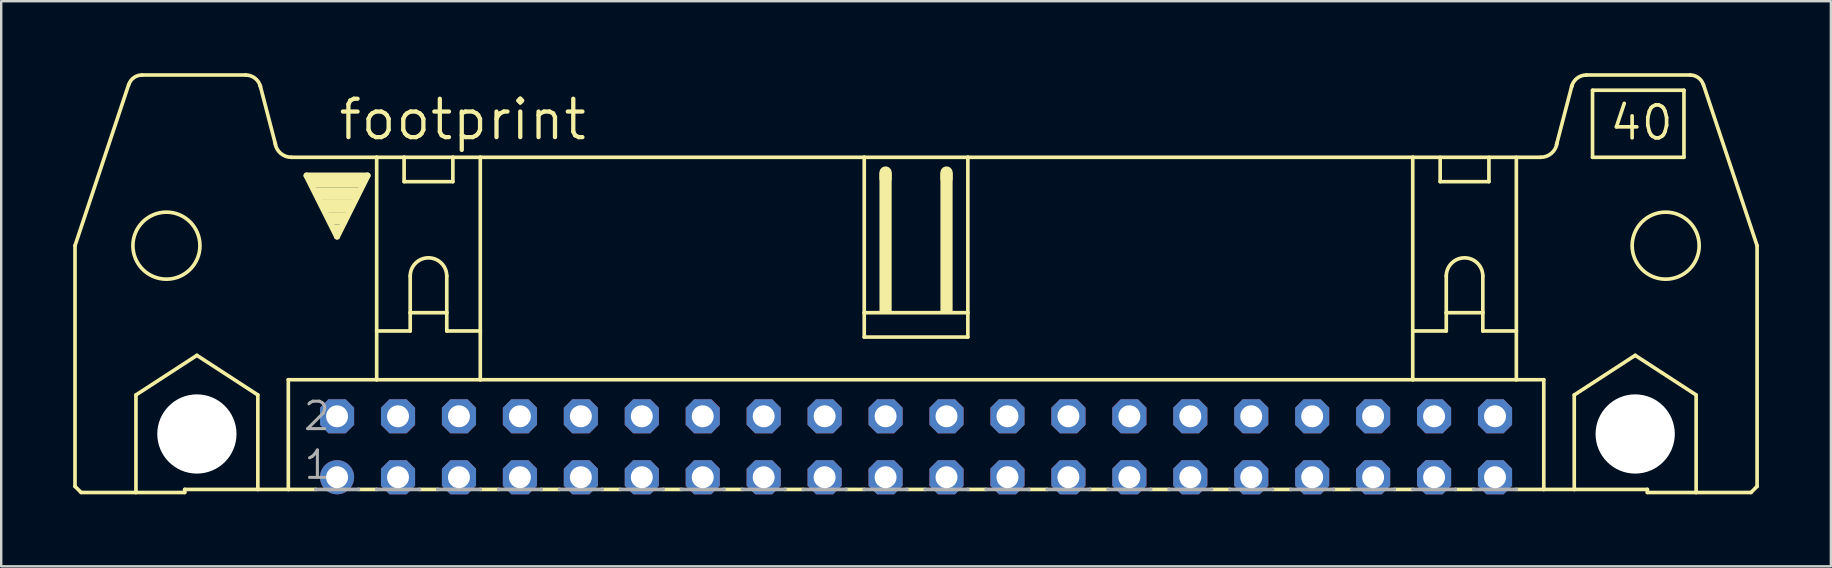
<source format=kicad_pcb>
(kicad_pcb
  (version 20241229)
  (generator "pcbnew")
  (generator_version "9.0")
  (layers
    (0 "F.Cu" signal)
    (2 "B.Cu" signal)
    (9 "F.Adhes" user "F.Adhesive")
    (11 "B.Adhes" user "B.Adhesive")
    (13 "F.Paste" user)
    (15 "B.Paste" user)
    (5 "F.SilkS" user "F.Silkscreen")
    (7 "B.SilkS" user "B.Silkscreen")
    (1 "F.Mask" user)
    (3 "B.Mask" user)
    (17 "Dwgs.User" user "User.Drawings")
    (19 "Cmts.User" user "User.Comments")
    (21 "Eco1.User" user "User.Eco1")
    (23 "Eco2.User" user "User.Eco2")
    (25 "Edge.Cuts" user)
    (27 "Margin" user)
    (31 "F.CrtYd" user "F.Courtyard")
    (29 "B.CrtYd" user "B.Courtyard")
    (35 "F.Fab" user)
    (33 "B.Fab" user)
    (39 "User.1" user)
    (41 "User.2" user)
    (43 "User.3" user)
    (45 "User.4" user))
  (footprint "footprint"
    (layer "F.Cu")
    (at 35.128 15.57)
    (property "Reference" "footprint" (at -24.155 -12.7 0) (layer "F.SilkS") (effects (font (size 1.6 1.6) (thickness 0.178)) (justify left bottom)))
    (fp_line (start -35.052 1.651) (end -35.052 -8.382) (stroke (width 0.152) (type solid)) (layer "F.SilkS"))
    (fp_line (start -35.052 1.651) (end -34.798 1.905) (stroke (width 0.152) (type solid)) (layer "F.SilkS"))
    (fp_line (start -34.798 1.905) (end -32.512 1.905) (stroke (width 0.152) (type solid)) (layer "F.SilkS"))
    (fp_line (start -32.817 -15.088) (end -35.052 -8.382) (stroke (width 0.152) (type solid)) (layer "F.SilkS"))
    (fp_line (start -32.512 -2.159) (end -29.972 -3.81) (stroke (width 0.152) (type solid)) (layer "F.SilkS"))
    (fp_line (start -32.512 1.905) (end -32.512 -2.159) (stroke (width 0.152) (type solid)) (layer "F.SilkS"))
    (fp_line (start -32.512 1.905) (end -30.48 1.905) (stroke (width 0.152) (type solid)) (layer "F.SilkS"))
    (fp_line (start -30.48 1.778) (end -30.48 1.905) (stroke (width 0.152) (type solid)) (layer "F.SilkS"))
    (fp_line (start -30.48 1.778) (end -27.432 1.778) (stroke (width 0.152) (type solid)) (layer "F.SilkS"))
    (fp_line (start -29.972 -3.81) (end -27.432 -2.159) (stroke (width 0.152) (type solid)) (layer "F.SilkS"))
    (fp_line (start -27.94 -15.494) (end -32.258 -15.494) (stroke (width 0.152) (type solid)) (layer "F.SilkS"))
    (fp_line (start -27.432 1.778) (end -27.432 -2.159) (stroke (width 0.152) (type solid)) (layer "F.SilkS"))
    (fp_line (start -27.432 1.778) (end -26.162 1.778) (stroke (width 0.152) (type solid)) (layer "F.SilkS"))
    (fp_line (start -26.695 -12.598) (end -27.33 -15.037) (stroke (width 0.152) (type solid)) (layer "F.SilkS"))
    (fp_line (start -26.162 -2.794) (end -26.162 1.778) (stroke (width 0.152) (type solid)) (layer "F.SilkS"))
    (fp_line (start -26.162 1.778) (end -25.019 1.778) (stroke (width 0.152) (type solid)) (layer "F.SilkS"))
    (fp_line (start -26.035 -12.065) (end -22.479 -12.065) (stroke (width 0.152) (type solid)) (layer "F.SilkS"))
    (fp_line (start -25.4 -11.303) (end -22.86 -11.303) (stroke (width 0.254) (type solid)) (layer "F.SilkS"))
    (fp_line (start -24.13 -8.763) (end -25.4 -11.303) (stroke (width 0.254) (type solid)) (layer "F.SilkS"))
    (fp_line (start -23.241 1.778) (end -22.479 1.778) (stroke (width 0.152) (type solid)) (layer "F.SilkS"))
    (fp_line (start -22.86 -11.303) (end -24.13 -8.763) (stroke (width 0.254) (type solid)) (layer "F.SilkS"))
    (fp_line (start -22.479 -12.065) (end -21.336 -12.065) (stroke (width 0.152) (type solid)) (layer "F.SilkS"))
    (fp_line (start -22.479 -4.826) (end -22.479 -12.065) (stroke (width 0.152) (type solid)) (layer "F.SilkS"))
    (fp_line (start -22.479 -4.826) (end -22.479 -2.794) (stroke (width 0.152) (type solid)) (layer "F.SilkS"))
    (fp_line (start -22.479 -4.826) (end -21.082 -4.826) (stroke (width 0.152) (type solid)) (layer "F.SilkS"))
    (fp_line (start -22.479 -2.794) (end -26.162 -2.794) (stroke (width 0.152) (type solid)) (layer "F.SilkS"))
    (fp_line (start -21.336 -12.065) (end -19.304 -12.065) (stroke (width 0.152) (type solid)) (layer "F.SilkS"))
    (fp_line (start -21.336 -11.049) (end -21.336 -12.065) (stroke (width 0.152) (type solid)) (layer "F.SilkS"))
    (fp_line (start -21.336 -11.049) (end -19.304 -11.049) (stroke (width 0.152) (type solid)) (layer "F.SilkS"))
    (fp_line (start -21.082 -7.112) (end -21.082 -5.588) (stroke (width 0.152) (type solid)) (layer "F.SilkS"))
    (fp_line (start -21.082 -5.588) (end -21.082 -4.826) (stroke (width 0.152) (type solid)) (layer "F.SilkS"))
    (fp_line (start -21.082 -5.588) (end -19.558 -5.588) (stroke (width 0.152) (type solid)) (layer "F.SilkS"))
    (fp_line (start -20.701 1.778) (end -19.939 1.778) (stroke (width 0.152) (type solid)) (layer "F.SilkS"))
    (fp_line (start -19.558 -7.112) (end -19.558 -5.588) (stroke (width 0.152) (type solid)) (layer "F.SilkS"))
    (fp_line (start -19.558 -5.588) (end -19.558 -4.826) (stroke (width 0.152) (type solid)) (layer "F.SilkS"))
    (fp_line (start -19.558 -4.826) (end -18.161 -4.826) (stroke (width 0.152) (type solid)) (layer "F.SilkS"))
    (fp_line (start -19.304 -12.065) (end -19.304 -11.049) (stroke (width 0.152) (type solid)) (layer "F.SilkS"))
    (fp_line (start -19.304 -12.065) (end -18.161 -12.065) (stroke (width 0.152) (type solid)) (layer "F.SilkS"))
    (fp_line (start -18.161 -12.065) (end -2.159 -12.065) (stroke (width 0.152) (type solid)) (layer "F.SilkS"))
    (fp_line (start -18.161 -4.826) (end -18.161 -12.065) (stroke (width 0.152) (type solid)) (layer "F.SilkS"))
    (fp_line (start -18.161 -4.826) (end -18.161 -2.794) (stroke (width 0.152) (type solid)) (layer "F.SilkS"))
    (fp_line (start -18.161 -2.794) (end -22.479 -2.794) (stroke (width 0.152) (type solid)) (layer "F.SilkS"))
    (fp_line (start -18.161 1.778) (end -17.399 1.778) (stroke (width 0.152) (type solid)) (layer "F.SilkS"))
    (fp_line (start -15.621 1.778) (end -14.859 1.778) (stroke (width 0.152) (type solid)) (layer "F.SilkS"))
    (fp_line (start -13.081 1.778) (end -12.319 1.778) (stroke (width 0.152) (type solid)) (layer "F.SilkS"))
    (fp_line (start -10.541 1.778) (end -9.779 1.778) (stroke (width 0.152) (type solid)) (layer "F.SilkS"))
    (fp_line (start -8.001 1.778) (end -7.239 1.778) (stroke (width 0.152) (type solid)) (layer "F.SilkS"))
    (fp_line (start -5.461 1.778) (end -4.699 1.778) (stroke (width 0.152) (type solid)) (layer "F.SilkS"))
    (fp_line (start -2.921 1.778) (end -2.159 1.778) (stroke (width 0.152) (type solid)) (layer "F.SilkS"))
    (fp_line (start -2.159 -12.065) (end -2.159 -5.588) (stroke (width 0.152) (type solid)) (layer "F.SilkS"))
    (fp_line (start -2.159 -12.065) (end 2.159 -12.065) (stroke (width 0.152) (type solid)) (layer "F.SilkS"))
    (fp_line (start -2.159 -5.588) (end -2.159 -4.572) (stroke (width 0.152) (type solid)) (layer "F.SilkS"))
    (fp_line (start -1.27 -11.176) (end -1.27 -11.43) (stroke (width 0.508) (type solid)) (layer "F.SilkS"))
    (fp_line (start -0.381 1.778) (end 0.381 1.778) (stroke (width 0.152) (type solid)) (layer "F.SilkS"))
    (fp_line (start 1.27 -11.176) (end 1.27 -11.43) (stroke (width 0.508) (type solid)) (layer "F.SilkS"))
    (fp_line (start 2.159 -12.065) (end 2.159 -5.588) (stroke (width 0.152) (type solid)) (layer "F.SilkS"))
    (fp_line (start 2.159 -12.065) (end 20.701 -12.065) (stroke (width 0.152) (type solid)) (layer "F.SilkS"))
    (fp_line (start 2.159 -5.588) (end -2.159 -5.588) (stroke (width 0.152) (type solid)) (layer "F.SilkS"))
    (fp_line (start 2.159 -5.588) (end 2.159 -4.572) (stroke (width 0.152) (type solid)) (layer "F.SilkS"))
    (fp_line (start 2.159 -4.572) (end -2.159 -4.572) (stroke (width 0.152) (type solid)) (layer "F.SilkS"))
    (fp_line (start 2.159 1.778) (end 2.921 1.778) (stroke (width 0.152) (type solid)) (layer "F.SilkS"))
    (fp_line (start 4.699 1.778) (end 5.461 1.778) (stroke (width 0.152) (type solid)) (layer "F.SilkS"))
    (fp_line (start 7.239 1.778) (end 8.001 1.778) (stroke (width 0.152) (type solid)) (layer "F.SilkS"))
    (fp_line (start 9.779 1.778) (end 10.541 1.778) (stroke (width 0.152) (type solid)) (layer "F.SilkS"))
    (fp_line (start 12.319 1.778) (end 13.081 1.778) (stroke (width 0.152) (type solid)) (layer "F.SilkS"))
    (fp_line (start 14.859 1.778) (end 15.621 1.778) (stroke (width 0.152) (type solid)) (layer "F.SilkS"))
    (fp_line (start 17.399 1.778) (end 18.161 1.778) (stroke (width 0.152) (type solid)) (layer "F.SilkS"))
    (fp_line (start 19.939 1.778) (end 20.701 1.778) (stroke (width 0.152) (type solid)) (layer "F.SilkS"))
    (fp_line (start 20.701 -12.065) (end 26.035 -12.065) (stroke (width 0.152) (type solid)) (layer "F.SilkS"))
    (fp_line (start 20.701 -4.826) (end 20.701 -12.065) (stroke (width 0.152) (type solid)) (layer "F.SilkS"))
    (fp_line (start 20.701 -4.826) (end 20.701 -2.794) (stroke (width 0.152) (type solid)) (layer "F.SilkS"))
    (fp_line (start 20.701 -4.826) (end 22.098 -4.826) (stroke (width 0.152) (type solid)) (layer "F.SilkS"))
    (fp_line (start 20.701 -2.794) (end -18.161 -2.794) (stroke (width 0.152) (type solid)) (layer "F.SilkS"))
    (fp_line (start 21.844 -11.049) (end 21.844 -12.065) (stroke (width 0.152) (type solid)) (layer "F.SilkS"))
    (fp_line (start 21.844 -11.049) (end 23.876 -11.049) (stroke (width 0.152) (type solid)) (layer "F.SilkS"))
    (fp_line (start 22.098 -7.112) (end 22.098 -5.588) (stroke (width 0.152) (type solid)) (layer "F.SilkS"))
    (fp_line (start 22.098 -5.588) (end 22.098 -4.826) (stroke (width 0.152) (type solid)) (layer "F.SilkS"))
    (fp_line (start 22.098 -5.588) (end 23.622 -5.588) (stroke (width 0.152) (type solid)) (layer "F.SilkS"))
    (fp_line (start 22.479 1.778) (end 23.241 1.778) (stroke (width 0.152) (type solid)) (layer "F.SilkS"))
    (fp_line (start 23.622 -7.112) (end 23.622 -5.588) (stroke (width 0.152) (type solid)) (layer "F.SilkS"))
    (fp_line (start 23.622 -5.588) (end 23.622 -4.826) (stroke (width 0.152) (type solid)) (layer "F.SilkS"))
    (fp_line (start 23.622 -4.826) (end 25.019 -4.826) (stroke (width 0.152) (type solid)) (layer "F.SilkS"))
    (fp_line (start 23.876 -12.065) (end 23.876 -11.049) (stroke (width 0.152) (type solid)) (layer "F.SilkS"))
    (fp_line (start 25.019 -4.826) (end 25.019 -12.065) (stroke (width 0.152) (type solid)) (layer "F.SilkS"))
    (fp_line (start 25.019 -4.826) (end 25.019 -2.794) (stroke (width 0.152) (type solid)) (layer "F.SilkS"))
    (fp_line (start 25.019 -2.794) (end 20.701 -2.794) (stroke (width 0.152) (type solid)) (layer "F.SilkS"))
    (fp_line (start 26.162 -2.794) (end 25.019 -2.794) (stroke (width 0.152) (type solid)) (layer "F.SilkS"))
    (fp_line (start 26.162 -2.794) (end 26.162 1.778) (stroke (width 0.152) (type solid)) (layer "F.SilkS"))
    (fp_line (start 26.162 1.778) (end 25.019 1.778) (stroke (width 0.152) (type solid)) (layer "F.SilkS"))
    (fp_line (start 26.695 -12.598) (end 27.33 -15.037) (stroke (width 0.152) (type solid)) (layer "F.SilkS"))
    (fp_line (start 27.432 -2.159) (end 29.972 -3.81) (stroke (width 0.152) (type solid)) (layer "F.SilkS"))
    (fp_line (start 27.432 1.778) (end 26.162 1.778) (stroke (width 0.152) (type solid)) (layer "F.SilkS"))
    (fp_line (start 27.432 1.778) (end 27.432 -2.159) (stroke (width 0.152) (type solid)) (layer "F.SilkS"))
    (fp_line (start 27.94 -15.494) (end 32.258 -15.494) (stroke (width 0.152) (type solid)) (layer "F.SilkS"))
    (fp_line (start 28.194 -14.859) (end 28.194 -12.065) (stroke (width 0.152) (type solid)) (layer "F.SilkS"))
    (fp_line (start 28.194 -12.065) (end 32.004 -12.065) (stroke (width 0.152) (type solid)) (layer "F.SilkS"))
    (fp_line (start 29.972 -3.81) (end 32.512 -2.159) (stroke (width 0.152) (type solid)) (layer "F.SilkS"))
    (fp_line (start 30.48 1.778) (end 27.432 1.778) (stroke (width 0.152) (type solid)) (layer "F.SilkS"))
    (fp_line (start 30.48 1.778) (end 30.48 1.905) (stroke (width 0.152) (type solid)) (layer "F.SilkS"))
    (fp_line (start 32.004 -14.859) (end 28.194 -14.859) (stroke (width 0.152) (type solid)) (layer "F.SilkS"))
    (fp_line (start 32.004 -14.859) (end 32.004 -12.065) (stroke (width 0.152) (type solid)) (layer "F.SilkS"))
    (fp_line (start 32.512 1.905) (end 30.48 1.905) (stroke (width 0.152) (type solid)) (layer "F.SilkS"))
    (fp_line (start 32.512 1.905) (end 32.512 -2.159) (stroke (width 0.152) (type solid)) (layer "F.SilkS"))
    (fp_line (start 32.817 -15.088) (end 35.052 -8.382) (stroke (width 0.152) (type solid)) (layer "F.SilkS"))
    (fp_line (start 34.798 1.905) (end 32.512 1.905) (stroke (width 0.152) (type solid)) (layer "F.SilkS"))
    (fp_line (start 35.052 1.651) (end 34.798 1.905) (stroke (width 0.152) (type solid)) (layer "F.SilkS"))
    (fp_line (start 35.052 1.651) (end 35.052 -8.382) (stroke (width 0.152) (type solid)) (layer "F.SilkS"))
    (fp_arc (start -32.8144 -15.0878) (mid -32.602453 -15.38168) (end -32.257999 -15.494101) (stroke (width 0.1524) (type solid)) (layer "F.SilkS"))
    (fp_arc (start -27.94 -15.494) (mid -27.558999 -15.367) (end -27.330399 -15.036799) (stroke (width 0.1524) (type solid)) (layer "F.SilkS"))
    (fp_arc (start -27.3304 -15.0368) (mid -27.327084 -15.024931) (end -27.324 -15.013) (stroke (width 0.1524) (type solid)) (layer "F.SilkS"))
    (fp_arc (start -26.034999 -12.064999) (mid -26.486774 -12.234823) (end -26.7148 -12.6602) (stroke (width 0.1524) (type solid)) (layer "F.SilkS"))
    (fp_arc (start -21.082 -7.112) (mid -20.32 -7.874) (end -19.558 -7.112) (stroke (width 0.1524) (type solid)) (layer "F.SilkS"))
    (fp_arc (start 22.098 -7.112) (mid 22.86 -7.874) (end 23.622 -7.112) (stroke (width 0.1524) (type solid)) (layer "F.SilkS"))
    (fp_arc (start 26.714799 -12.660201) (mid 26.486774 -12.234825) (end 26.035 -12.065) (stroke (width 0.1524) (type solid)) (layer "F.SilkS"))
    (fp_arc (start 27.324 -15.013) (mid 27.327084 -15.024931) (end 27.3304 -15.0368) (stroke (width 0.1524) (type solid)) (layer "F.SilkS"))
    (fp_arc (start 27.3304 -15.0368) (mid 27.559001 -15.367) (end 27.940001 -15.493999) (stroke (width 0.1524) (type solid)) (layer "F.SilkS"))
    (fp_arc (start 32.258 -15.494) (mid 32.602385 -15.381609) (end 32.8143 -15.087799) (stroke (width 0.1524) (type solid)) (layer "F.SilkS"))
    (fp_circle (center -31.242 -8.382) (end -29.845 -8.382) (stroke (width 0.152) (type solid)) (fill no) (layer "F.SilkS"))
    (fp_circle (center -29.972 -0.533) (end -28.651 -0.533) (stroke (width 0.152) (type solid)) (fill no) (layer "F.SilkS"))
    (fp_circle (center 29.972 -0.533) (end 31.293 -0.533) (stroke (width 0.152) (type solid)) (fill no) (layer "F.SilkS"))
    (fp_circle (center 31.242 -8.382) (end 32.639 -8.382) (stroke (width 0.152) (type solid)) (fill no) (layer "F.SilkS"))
    (fp_poly (pts (xy -25.273 -10.795) (xy -22.987 -10.795) (xy -22.987 -11.303) (xy -25.273 -11.303)) (stroke (width 0) (type solid)) (fill yes) (layer "F.SilkS"))
    (fp_poly (pts (xy -25.019 -10.287) (xy -23.241 -10.287) (xy -23.241 -10.795) (xy -25.019 -10.795)) (stroke (width 0) (type solid)) (fill yes) (layer "F.SilkS"))
    (fp_poly (pts (xy -24.765 -9.779) (xy -23.495 -9.779) (xy -23.495 -10.287) (xy -24.765 -10.287)) (stroke (width 0) (type solid)) (fill yes) (layer "F.SilkS"))
    (fp_poly (pts (xy -24.511 -9.271) (xy -23.749 -9.271) (xy -23.749 -9.779) (xy -24.511 -9.779)) (stroke (width 0) (type solid)) (fill yes) (layer "F.SilkS"))
    (fp_poly (pts (xy -24.257 -9.017) (xy -24.003 -9.017) (xy -24.003 -9.271) (xy -24.257 -9.271)) (stroke (width 0) (type solid)) (fill yes) (layer "F.SilkS"))
    (fp_poly (pts (xy -1.524 -5.588) (xy -1.016 -5.588) (xy -1.016 -11.43) (xy -1.524 -11.43)) (stroke (width 0) (type solid)) (fill yes) (layer "F.SilkS"))
    (fp_poly (pts (xy 1.016 -5.588) (xy 1.524 -5.588) (xy 1.524 -11.43) (xy 1.016 -11.43)) (stroke (width 0) (type solid)) (fill yes) (layer "F.SilkS"))
    (fp_line (start -25.019 1.778) (end -23.241 1.778) (stroke (width 0.152) (type solid)) (layer "F.Fab"))
    (fp_line (start -22.479 1.778) (end -20.701 1.778) (stroke (width 0.152) (type solid)) (layer "F.Fab"))
    (fp_line (start -19.939 1.778) (end -18.161 1.778) (stroke (width 0.152) (type solid)) (layer "F.Fab"))
    (fp_line (start -17.399 1.778) (end -15.621 1.778) (stroke (width 0.152) (type solid)) (layer "F.Fab"))
    (fp_line (start -14.859 1.778) (end -13.081 1.778) (stroke (width 0.152) (type solid)) (layer "F.Fab"))
    (fp_line (start -12.319 1.778) (end -10.541 1.778) (stroke (width 0.152) (type solid)) (layer "F.Fab"))
    (fp_line (start -9.779 1.778) (end -8.001 1.778) (stroke (width 0.152) (type solid)) (layer "F.Fab"))
    (fp_line (start -7.239 1.778) (end -5.461 1.778) (stroke (width 0.152) (type solid)) (layer "F.Fab"))
    (fp_line (start -4.699 1.778) (end -2.921 1.778) (stroke (width 0.152) (type solid)) (layer "F.Fab"))
    (fp_line (start -2.159 1.778) (end -0.381 1.778) (stroke (width 0.152) (type solid)) (layer "F.Fab"))
    (fp_line (start 0.381 1.778) (end 2.159 1.778) (stroke (width 0.152) (type solid)) (layer "F.Fab"))
    (fp_line (start 2.921 1.778) (end 4.699 1.778) (stroke (width 0.152) (type solid)) (layer "F.Fab"))
    (fp_line (start 5.461 1.778) (end 7.239 1.778) (stroke (width 0.152) (type solid)) (layer "F.Fab"))
    (fp_line (start 8.001 1.778) (end 9.779 1.778) (stroke (width 0.152) (type solid)) (layer "F.Fab"))
    (fp_line (start 10.541 1.778) (end 12.319 1.778) (stroke (width 0.152) (type solid)) (layer "F.Fab"))
    (fp_line (start 13.081 1.778) (end 14.859 1.778) (stroke (width 0.152) (type solid)) (layer "F.Fab"))
    (fp_line (start 15.621 1.778) (end 17.399 1.778) (stroke (width 0.152) (type solid)) (layer "F.Fab"))
    (fp_line (start 19.939 1.778) (end 18.161 1.778) (stroke (width 0.152) (type solid)) (layer "F.Fab"))
    (fp_line (start 22.479 1.778) (end 20.701 1.778) (stroke (width 0.152) (type solid)) (layer "F.Fab"))
    (fp_line (start 25.019 1.778) (end 23.241 1.778) (stroke (width 0.152) (type solid)) (layer "F.Fab"))
    (fp_text user "40" (at 28.829 -12.7 0) (layer "F.SilkS") (effects (font (size 1.372 1.372) (thickness 0.152)) (justify left bottom)))
    (fp_text user "1" (at -25.578 1.422 0) (layer "F.Fab") (effects (font (size 1.143 1.143) (thickness 0.127)) (justify left bottom)))
    (fp_text user "2" (at -25.603 -0.61 0) (layer "F.Fab") (effects (font (size 1.143 1.143) (thickness 0.127)) (justify left bottom)))
    (pad "" np_thru_hole circle (at -29.972 -0.533) (size 3.302 3.302) (drill 3.302) (layers "*.Cu" "*.Mask"))
    (pad "" np_thru_hole circle (at 29.972 -0.533) (size 3.302 3.302) (drill 3.302) (layers "*.Cu" "*.Mask"))
    (pad "1" thru_hole circle (at -24.13 1.27) (size 1.422 1.422) (drill 0.914) (layers "*.Cu" "*.Mask"))
    (pad "2" thru_hole roundrect (at -24.13 -1.27) (size 1.422 1.422) (drill 0.914) (layers "*.Cu" "*.Mask") (roundrect_rratio 0.25) (chamfer_ratio 0.25) (chamfer top_left top_right bottom_left bottom_right))
    (pad "3" thru_hole roundrect (at -21.59 1.27) (size 1.422 1.422) (drill 0.914) (layers "*.Cu" "*.Mask") (roundrect_rratio 0.25) (chamfer_ratio 0.25) (chamfer top_left top_right bottom_left bottom_right))
    (pad "4" thru_hole roundrect (at -21.59 -1.27) (size 1.422 1.422) (drill 0.914) (layers "*.Cu" "*.Mask") (roundrect_rratio 0.25) (chamfer_ratio 0.25) (chamfer top_left top_right bottom_left bottom_right))
    (pad "5" thru_hole roundrect (at -19.05 1.27) (size 1.422 1.422) (drill 0.914) (layers "*.Cu" "*.Mask") (roundrect_rratio 0.25) (chamfer_ratio 0.25) (chamfer top_left top_right bottom_left bottom_right))
    (pad "6" thru_hole roundrect (at -19.05 -1.27) (size 1.422 1.422) (drill 0.914) (layers "*.Cu" "*.Mask") (roundrect_rratio 0.25) (chamfer_ratio 0.25) (chamfer top_left top_right bottom_left bottom_right))
    (pad "7" thru_hole roundrect (at -16.51 1.27) (size 1.422 1.422) (drill 0.914) (layers "*.Cu" "*.Mask") (roundrect_rratio 0.25) (chamfer_ratio 0.25) (chamfer top_left top_right bottom_left bottom_right))
    (pad "8" thru_hole roundrect (at -16.51 -1.27) (size 1.422 1.422) (drill 0.914) (layers "*.Cu" "*.Mask") (roundrect_rratio 0.25) (chamfer_ratio 0.25) (chamfer top_left top_right bottom_left bottom_right))
    (pad "9" thru_hole roundrect (at -13.97 1.27) (size 1.422 1.422) (drill 0.914) (layers "*.Cu" "*.Mask") (roundrect_rratio 0.25) (chamfer_ratio 0.25) (chamfer top_left top_right bottom_left bottom_right))
    (pad "10" thru_hole roundrect (at -13.97 -1.27) (size 1.422 1.422) (drill 0.914) (layers "*.Cu" "*.Mask") (roundrect_rratio 0.25) (chamfer_ratio 0.25) (chamfer top_left top_right bottom_left bottom_right))
    (pad "11" thru_hole roundrect (at -11.43 1.27) (size 1.422 1.422) (drill 0.914) (layers "*.Cu" "*.Mask") (roundrect_rratio 0.25) (chamfer_ratio 0.25) (chamfer top_left top_right bottom_left bottom_right))
    (pad "12" thru_hole roundrect (at -11.43 -1.27) (size 1.422 1.422) (drill 0.914) (layers "*.Cu" "*.Mask") (roundrect_rratio 0.25) (chamfer_ratio 0.25) (chamfer top_left top_right bottom_left bottom_right))
    (pad "13" thru_hole roundrect (at -8.89 1.27) (size 1.422 1.422) (drill 0.914) (layers "*.Cu" "*.Mask") (roundrect_rratio 0.25) (chamfer_ratio 0.25) (chamfer top_left top_right bottom_left bottom_right))
    (pad "14" thru_hole roundrect (at -8.89 -1.27) (size 1.422 1.422) (drill 0.914) (layers "*.Cu" "*.Mask") (roundrect_rratio 0.25) (chamfer_ratio 0.25) (chamfer top_left top_right bottom_left bottom_right))
    (pad "15" thru_hole roundrect (at -6.35 1.27) (size 1.422 1.422) (drill 0.914) (layers "*.Cu" "*.Mask") (roundrect_rratio 0.25) (chamfer_ratio 0.25) (chamfer top_left top_right bottom_left bottom_right))
    (pad "16" thru_hole roundrect (at -6.35 -1.27) (size 1.422 1.422) (drill 0.914) (layers "*.Cu" "*.Mask") (roundrect_rratio 0.25) (chamfer_ratio 0.25) (chamfer top_left top_right bottom_left bottom_right))
    (pad "17" thru_hole roundrect (at -3.81 1.27) (size 1.422 1.422) (drill 0.914) (layers "*.Cu" "*.Mask") (roundrect_rratio 0.25) (chamfer_ratio 0.25) (chamfer top_left top_right bottom_left bottom_right))
    (pad "18" thru_hole roundrect (at -3.81 -1.27) (size 1.422 1.422) (drill 0.914) (layers "*.Cu" "*.Mask") (roundrect_rratio 0.25) (chamfer_ratio 0.25) (chamfer top_left top_right bottom_left bottom_right))
    (pad "19" thru_hole roundrect (at -1.27 1.27) (size 1.422 1.422) (drill 0.914) (layers "*.Cu" "*.Mask") (roundrect_rratio 0.25) (chamfer_ratio 0.25) (chamfer top_left top_right bottom_left bottom_right))
    (pad "20" thru_hole roundrect (at -1.27 -1.27) (size 1.422 1.422) (drill 0.914) (layers "*.Cu" "*.Mask") (roundrect_rratio 0.25) (chamfer_ratio 0.25) (chamfer top_left top_right bottom_left bottom_right))
    (pad "21" thru_hole roundrect (at 1.27 1.27) (size 1.422 1.422) (drill 0.914) (layers "*.Cu" "*.Mask") (roundrect_rratio 0.25) (chamfer_ratio 0.25) (chamfer top_left top_right bottom_left bottom_right))
    (pad "22" thru_hole roundrect (at 1.27 -1.27) (size 1.422 1.422) (drill 0.914) (layers "*.Cu" "*.Mask") (roundrect_rratio 0.25) (chamfer_ratio 0.25) (chamfer top_left top_right bottom_left bottom_right))
    (pad "23" thru_hole roundrect (at 3.81 1.27) (size 1.422 1.422) (drill 0.914) (layers "*.Cu" "*.Mask") (roundrect_rratio 0.25) (chamfer_ratio 0.25) (chamfer top_left top_right bottom_left bottom_right))
    (pad "24" thru_hole roundrect (at 3.81 -1.27) (size 1.422 1.422) (drill 0.914) (layers "*.Cu" "*.Mask") (roundrect_rratio 0.25) (chamfer_ratio 0.25) (chamfer top_left top_right bottom_left bottom_right))
    (pad "25" thru_hole roundrect (at 6.35 1.27) (size 1.422 1.422) (drill 0.914) (layers "*.Cu" "*.Mask") (roundrect_rratio 0.25) (chamfer_ratio 0.25) (chamfer top_left top_right bottom_left bottom_right))
    (pad "26" thru_hole roundrect (at 6.35 -1.27) (size 1.422 1.422) (drill 0.914) (layers "*.Cu" "*.Mask") (roundrect_rratio 0.25) (chamfer_ratio 0.25) (chamfer top_left top_right bottom_left bottom_right))
    (pad "27" thru_hole roundrect (at 8.89 1.27) (size 1.422 1.422) (drill 0.914) (layers "*.Cu" "*.Mask") (roundrect_rratio 0.25) (chamfer_ratio 0.25) (chamfer top_left top_right bottom_left bottom_right))
    (pad "28" thru_hole roundrect (at 8.89 -1.27) (size 1.422 1.422) (drill 0.914) (layers "*.Cu" "*.Mask") (roundrect_rratio 0.25) (chamfer_ratio 0.25) (chamfer top_left top_right bottom_left bottom_right))
    (pad "29" thru_hole roundrect (at 11.43 1.27) (size 1.422 1.422) (drill 0.914) (layers "*.Cu" "*.Mask") (roundrect_rratio 0.25) (chamfer_ratio 0.25) (chamfer top_left top_right bottom_left bottom_right))
    (pad "30" thru_hole roundrect (at 11.43 -1.27) (size 1.422 1.422) (drill 0.914) (layers "*.Cu" "*.Mask") (roundrect_rratio 0.25) (chamfer_ratio 0.25) (chamfer top_left top_right bottom_left bottom_right))
    (pad "31" thru_hole roundrect (at 13.97 1.27) (size 1.422 1.422) (drill 0.914) (layers "*.Cu" "*.Mask") (roundrect_rratio 0.25) (chamfer_ratio 0.25) (chamfer top_left top_right bottom_left bottom_right))
    (pad "32" thru_hole roundrect (at 13.97 -1.27) (size 1.422 1.422) (drill 0.914) (layers "*.Cu" "*.Mask") (roundrect_rratio 0.25) (chamfer_ratio 0.25) (chamfer top_left top_right bottom_left bottom_right))
    (pad "33" thru_hole roundrect (at 16.51 1.27) (size 1.422 1.422) (drill 0.914) (layers "*.Cu" "*.Mask") (roundrect_rratio 0.25) (chamfer_ratio 0.25) (chamfer top_left top_right bottom_left bottom_right))
    (pad "34" thru_hole roundrect (at 16.51 -1.27) (size 1.422 1.422) (drill 0.914) (layers "*.Cu" "*.Mask") (roundrect_rratio 0.25) (chamfer_ratio 0.25) (chamfer top_left top_right bottom_left bottom_right))
    (pad "35" thru_hole roundrect (at 19.05 1.27) (size 1.422 1.422) (drill 0.914) (layers "*.Cu" "*.Mask") (roundrect_rratio 0.25) (chamfer_ratio 0.25) (chamfer top_left top_right bottom_left bottom_right))
    (pad "36" thru_hole roundrect (at 19.05 -1.27) (size 1.422 1.422) (drill 0.914) (layers "*.Cu" "*.Mask") (roundrect_rratio 0.25) (chamfer_ratio 0.25) (chamfer top_left top_right bottom_left bottom_right))
    (pad "37" thru_hole roundrect (at 21.59 1.27) (size 1.422 1.422) (drill 0.914) (layers "*.Cu" "*.Mask") (roundrect_rratio 0.25) (chamfer_ratio 0.25) (chamfer top_left top_right bottom_left bottom_right))
    (pad "38" thru_hole roundrect (at 21.59 -1.27) (size 1.422 1.422) (drill 0.914) (layers "*.Cu" "*.Mask") (roundrect_rratio 0.25) (chamfer_ratio 0.25) (chamfer top_left top_right bottom_left bottom_right))
    (pad "39" thru_hole roundrect (at 24.13 1.27) (size 1.422 1.422) (drill 0.914) (layers "*.Cu" "*.Mask") (roundrect_rratio 0.25) (chamfer_ratio 0.25) (chamfer top_left top_right bottom_left bottom_right))
    (pad "40" thru_hole roundrect (at 24.13 -1.27) (size 1.422 1.422) (drill 0.914) (layers "*.Cu" "*.Mask") (roundrect_rratio 0.25) (chamfer_ratio 0.25) (chamfer top_left top_right bottom_left bottom_right))
    (zone (net_name "") (layers "F.Cu" "B.Cu") (hatch edge 0.508) (connect_pads) (min_thickness 0.254) (filled_areas_thickness no) (keepout (tracks allowed) (vias not_allowed) (pads allowed) (copperpour allowed) (footprints allowed)) (placement (enabled no)) (fill) (polygon (pts (xy 7.442 15.037) (xy 7.407 14.64) (xy 7.304 14.255) (xy 7.136 13.894) (xy 6.907 13.567) (xy 6.626 13.286) (xy 6.299 13.057) (xy 5.938 12.889) (xy 5.553 12.786) (xy 5.156 12.751) (xy 4.759 12.786) (xy 4.374 12.889) (xy 4.013 13.057) (xy 3.687 13.286) (xy 3.405 13.567) (xy 3.176 13.894) (xy 3.008 14.255) (xy 2.905 14.64) (xy 2.87 15.037) (xy 2.905 15.434) (xy 3.008 15.819) (xy 3.176 16.18) (xy 3.405 16.506) (xy 3.687 16.788) (xy 4.013 17.017) (xy 4.374 17.185) (xy 4.759 17.288) (xy 5.156 17.323) (xy 5.553 17.288) (xy 5.938 17.185) (xy 6.299 17.017) (xy 6.626 16.788) (xy 6.907 16.506) (xy 7.136 16.18) (xy 7.304 15.819) (xy 7.407 15.434))))
    (zone (net_name "") (layers "F.Cu" "B.Cu") (hatch edge 0.508) (connect_pads) (min_thickness 0.254) (filled_areas_thickness no) (keepout (tracks allowed) (vias not_allowed) (pads allowed) (copperpour allowed) (footprints allowed)) (placement (enabled no)) (fill) (polygon (pts (xy 67.386 15.037) (xy 67.351 14.64) (xy 67.248 14.255) (xy 67.08 13.894) (xy 66.851 13.567) (xy 66.57 13.286) (xy 66.243 13.057) (xy 65.882 12.889) (xy 65.497 12.786) (xy 65.1 12.751) (xy 64.703 12.786) (xy 64.318 12.889) (xy 63.957 13.057) (xy 63.631 13.286) (xy 63.349 13.567) (xy 63.12 13.894) (xy 62.952 14.255) (xy 62.849 14.64) (xy 62.814 15.037) (xy 62.849 15.434) (xy 62.952 15.819) (xy 63.12 16.18) (xy 63.349 16.506) (xy 63.631 16.788) (xy 63.957 17.017) (xy 64.318 17.185) (xy 64.703 17.288) (xy 65.1 17.323) (xy 65.497 17.288) (xy 65.882 17.185) (xy 66.243 17.017) (xy 66.57 16.788) (xy 66.851 16.506) (xy 67.08 16.18) (xy 67.248 15.819) (xy 67.351 15.434))))
    (zone (net_name "") (layer "B.Cu") (hatch edge 0.508) (connect_pads) (min_thickness 0.254) (filled_areas_thickness no) (keepout (tracks not_allowed) (vias not_allowed) (pads not_allowed) (copperpour not_allowed) (footprints allowed)) (placement (enabled no)) (fill) (polygon (pts (xy 7.442 15.037) (xy 7.407 14.64) (xy 7.304 14.255) (xy 7.136 13.894) (xy 6.907 13.567) (xy 6.626 13.286) (xy 6.299 13.057) (xy 5.938 12.889) (xy 5.553 12.786) (xy 5.156 12.751) (xy 4.759 12.786) (xy 4.374 12.889) (xy 4.013 13.057) (xy 3.687 13.286) (xy 3.405 13.567) (xy 3.176 13.894) (xy 3.008 14.255) (xy 2.905 14.64) (xy 2.87 15.037) (xy 2.905 15.434) (xy 3.008 15.819) (xy 3.176 16.18) (xy 3.405 16.506) (xy 3.687 16.788) (xy 4.013 17.017) (xy 4.374 17.185) (xy 4.759 17.288) (xy 5.156 17.323) (xy 5.553 17.288) (xy 5.938 17.185) (xy 6.299 17.017) (xy 6.626 16.788) (xy 6.907 16.506) (xy 7.136 16.18) (xy 7.304 15.819) (xy 7.407 15.434))))
    (zone (net_name "") (layer "B.Cu") (hatch edge 0.508) (connect_pads) (min_thickness 0.254) (filled_areas_thickness no) (keepout (tracks not_allowed) (vias not_allowed) (pads not_allowed) (copperpour not_allowed) (footprints allowed)) (placement (enabled no)) (fill) (polygon (pts (xy 67.386 15.037) (xy 67.351 14.64) (xy 67.248 14.255) (xy 67.08 13.894) (xy 66.851 13.567) (xy 66.57 13.286) (xy 66.243 13.057) (xy 65.882 12.889) (xy 65.497 12.786) (xy 65.1 12.751) (xy 64.703 12.786) (xy 64.318 12.889) (xy 63.957 13.057) (xy 63.631 13.286) (xy 63.349 13.567) (xy 63.12 13.894) (xy 62.952 14.255) (xy 62.849 14.64) (xy 62.814 15.037) (xy 62.849 15.434) (xy 62.952 15.819) (xy 63.12 16.18) (xy 63.349 16.506) (xy 63.631 16.788) (xy 63.957 17.017) (xy 64.318 17.185) (xy 64.703 17.288) (xy 65.1 17.323) (xy 65.497 17.288) (xy 65.882 17.185) (xy 66.243 17.017) (xy 66.57 16.788) (xy 66.851 16.506) (xy 67.08 16.18) (xy 67.248 15.819) (xy 67.351 15.434)))))
  (gr_rect
    (start -3 -3)
    (end 73.256 20.552)
    (stroke (width 0.1) (type default))
    (fill no)
    (layer "Edge.Cuts")))
</source>
